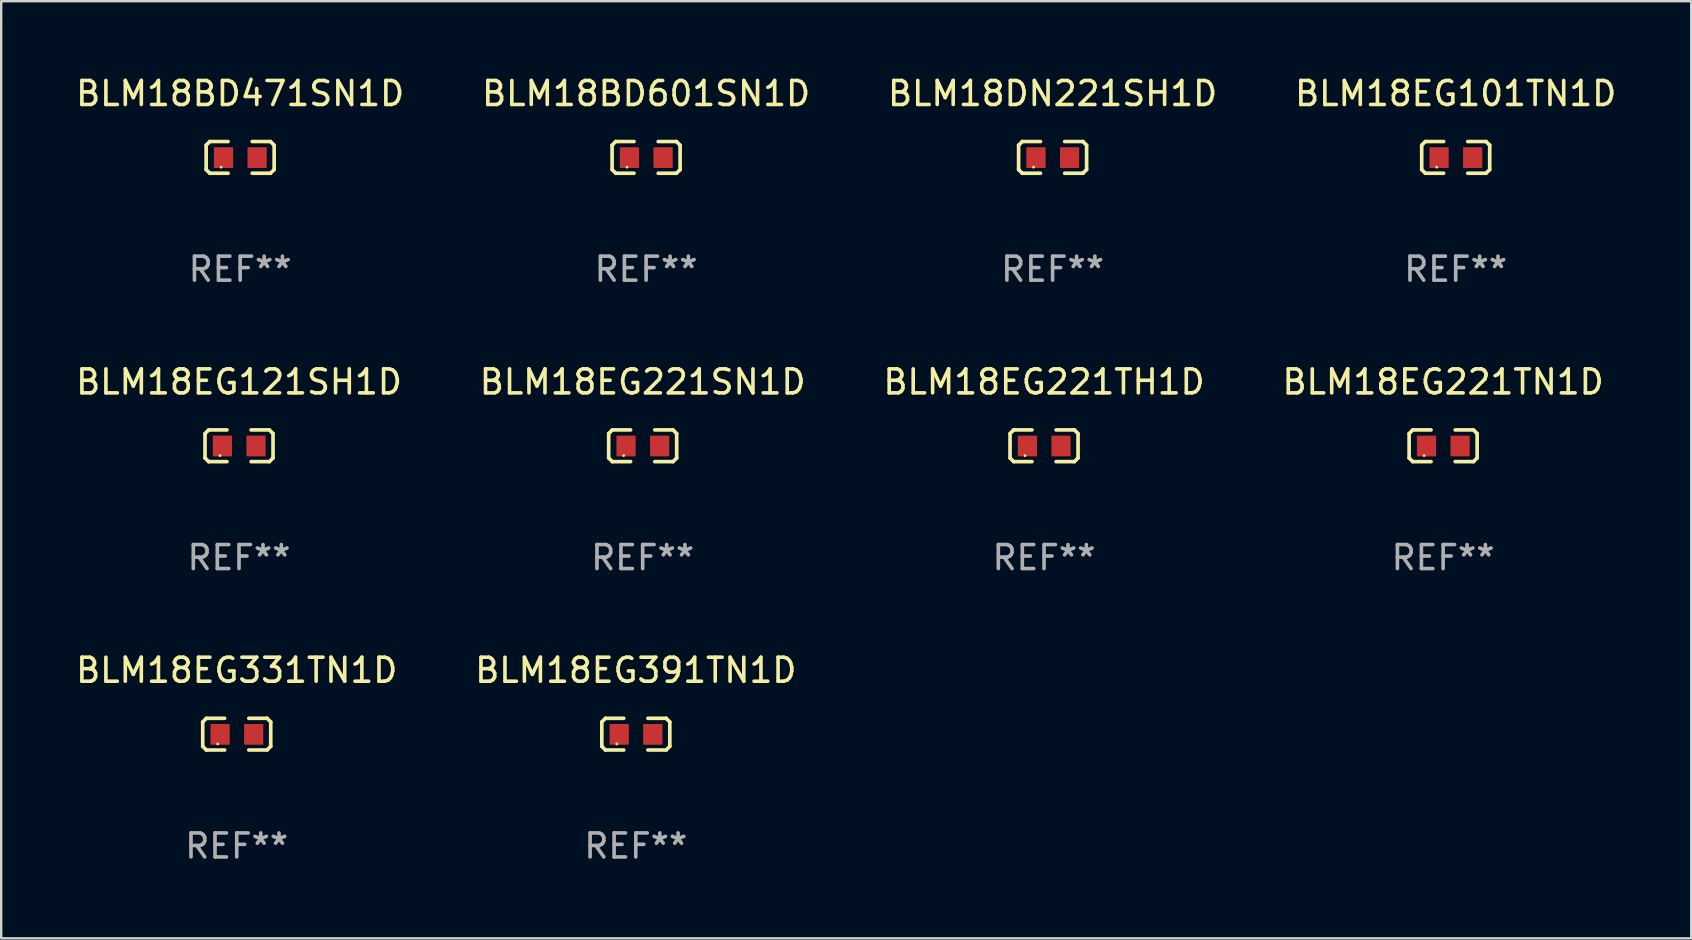
<source format=kicad_pcb>
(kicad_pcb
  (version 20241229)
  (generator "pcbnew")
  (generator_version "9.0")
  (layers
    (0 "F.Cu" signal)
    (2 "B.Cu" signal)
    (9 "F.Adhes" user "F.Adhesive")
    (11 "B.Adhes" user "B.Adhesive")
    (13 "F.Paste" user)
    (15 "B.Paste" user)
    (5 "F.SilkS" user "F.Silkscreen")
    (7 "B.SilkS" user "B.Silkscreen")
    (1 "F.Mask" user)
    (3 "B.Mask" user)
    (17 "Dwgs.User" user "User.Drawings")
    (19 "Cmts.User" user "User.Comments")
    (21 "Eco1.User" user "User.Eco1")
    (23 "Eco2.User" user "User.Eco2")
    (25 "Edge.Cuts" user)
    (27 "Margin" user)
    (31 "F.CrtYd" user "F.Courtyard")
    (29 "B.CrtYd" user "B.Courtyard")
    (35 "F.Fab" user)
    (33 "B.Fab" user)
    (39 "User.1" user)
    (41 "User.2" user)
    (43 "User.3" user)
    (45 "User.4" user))
  (footprint "BLM18BD471SN1D"
    (layer "F.Cu")
    (at 6.958 3.509)
    (property "Reference" "BLM18BD471SN1D" (at 0 -2.661 0) (layer "F.SilkS") (effects (font (size 1 1) (thickness 0.15))))
    (attr through_hole)
    (fp_line (start -1.417 -0.508) (end -1.265 -0.661) (stroke (width 0.152) (type solid)) (layer "F.SilkS"))
    (fp_line (start -1.417 0.508) (end -1.417 -0.508) (stroke (width 0.152) (type solid)) (layer "F.SilkS"))
    (fp_line (start -1.265 -0.661) (end -0.503 -0.661) (stroke (width 0.152) (type solid)) (layer "F.SilkS"))
    (fp_line (start -1.265 0.661) (end -1.417 0.508) (stroke (width 0.152) (type solid)) (layer "F.SilkS"))
    (fp_line (start -1.265 0.661) (end -0.503 0.661) (stroke (width 0.152) (type solid)) (layer "F.SilkS"))
    (fp_line (start 1.265 -0.661) (end 0.503 -0.661) (stroke (width 0.152) (type solid)) (layer "F.SilkS"))
    (fp_line (start 1.265 -0.661) (end 1.417 -0.508) (stroke (width 0.152) (type solid)) (layer "F.SilkS"))
    (fp_line (start 1.265 0.661) (end 0.503 0.661) (stroke (width 0.152) (type solid)) (layer "F.SilkS"))
    (fp_line (start 1.417 -0.508) (end 1.417 0.508) (stroke (width 0.152) (type solid)) (layer "F.SilkS"))
    (fp_line (start 1.417 0.508) (end 1.265 0.661) (stroke (width 0.152) (type solid)) (layer "F.SilkS"))
    (fp_circle (center -0.793 0.409) (end -0.763 0.409) (stroke (width 0.06) (type solid)) (fill no) (layer "F.SilkS"))
    (fp_text user "REF**" (at 0 4.661 0) (layer "F.Fab") (effects (font (size 1 1) (thickness 0.15))))
    (pad "1" smd rect (at -0.693 0.009 180) (size 0.8 0.864) (layers "F.Cu" "F.Mask" "F.Paste"))
    (pad "2" smd rect (at 0.707 0.009 180) (size 0.8 0.864) (layers "F.Cu" "F.Mask" "F.Paste")))
  (footprint "BLM18EG221TH1D"
    (layer "F.Cu")
    (at 40.458 15.527)
    (property "Reference" "BLM18EG221TH1D" (at 0 -2.661 0) (layer "F.SilkS") (effects (font (size 1 1) (thickness 0.15))))
    (attr through_hole)
    (fp_line (start -1.417 -0.508) (end -1.265 -0.661) (stroke (width 0.152) (type solid)) (layer "F.SilkS"))
    (fp_line (start -1.417 0.508) (end -1.417 -0.508) (stroke (width 0.152) (type solid)) (layer "F.SilkS"))
    (fp_line (start -1.265 -0.661) (end -0.503 -0.661) (stroke (width 0.152) (type solid)) (layer "F.SilkS"))
    (fp_line (start -1.265 0.661) (end -1.417 0.508) (stroke (width 0.152) (type solid)) (layer "F.SilkS"))
    (fp_line (start -1.265 0.661) (end -0.503 0.661) (stroke (width 0.152) (type solid)) (layer "F.SilkS"))
    (fp_line (start 1.265 -0.661) (end 0.503 -0.661) (stroke (width 0.152) (type solid)) (layer "F.SilkS"))
    (fp_line (start 1.265 -0.661) (end 1.417 -0.508) (stroke (width 0.152) (type solid)) (layer "F.SilkS"))
    (fp_line (start 1.265 0.661) (end 0.503 0.661) (stroke (width 0.152) (type solid)) (layer "F.SilkS"))
    (fp_line (start 1.417 -0.508) (end 1.417 0.508) (stroke (width 0.152) (type solid)) (layer "F.SilkS"))
    (fp_line (start 1.417 0.508) (end 1.265 0.661) (stroke (width 0.152) (type solid)) (layer "F.SilkS"))
    (fp_circle (center -0.793 0.409) (end -0.763 0.409) (stroke (width 0.06) (type solid)) (fill no) (layer "F.SilkS"))
    (fp_text user "REF**" (at 0 4.661 0) (layer "F.Fab") (effects (font (size 1 1) (thickness 0.15))))
    (pad "1" smd rect (at -0.693 0.009 180) (size 0.8 0.864) (layers "F.Cu" "F.Mask" "F.Paste"))
    (pad "2" smd rect (at 0.707 0.009 180) (size 0.8 0.864) (layers "F.Cu" "F.Mask" "F.Paste")))
  (footprint "BLM18EG221SN1D"
    (layer "F.Cu")
    (at 23.732 15.527)
    (property "Reference" "BLM18EG221SN1D" (at 0 -2.661 0) (layer "F.SilkS") (effects (font (size 1 1) (thickness 0.15))))
    (attr through_hole)
    (fp_line (start -1.417 -0.508) (end -1.265 -0.661) (stroke (width 0.152) (type solid)) (layer "F.SilkS"))
    (fp_line (start -1.417 0.508) (end -1.417 -0.508) (stroke (width 0.152) (type solid)) (layer "F.SilkS"))
    (fp_line (start -1.265 -0.661) (end -0.503 -0.661) (stroke (width 0.152) (type solid)) (layer "F.SilkS"))
    (fp_line (start -1.265 0.661) (end -1.417 0.508) (stroke (width 0.152) (type solid)) (layer "F.SilkS"))
    (fp_line (start -1.265 0.661) (end -0.503 0.661) (stroke (width 0.152) (type solid)) (layer "F.SilkS"))
    (fp_line (start 1.265 -0.661) (end 0.503 -0.661) (stroke (width 0.152) (type solid)) (layer "F.SilkS"))
    (fp_line (start 1.265 -0.661) (end 1.417 -0.508) (stroke (width 0.152) (type solid)) (layer "F.SilkS"))
    (fp_line (start 1.265 0.661) (end 0.503 0.661) (stroke (width 0.152) (type solid)) (layer "F.SilkS"))
    (fp_line (start 1.417 -0.508) (end 1.417 0.508) (stroke (width 0.152) (type solid)) (layer "F.SilkS"))
    (fp_line (start 1.417 0.508) (end 1.265 0.661) (stroke (width 0.152) (type solid)) (layer "F.SilkS"))
    (fp_circle (center -0.793 0.409) (end -0.763 0.409) (stroke (width 0.06) (type solid)) (fill no) (layer "F.SilkS"))
    (fp_text user "REF**" (at 0 4.661 0) (layer "F.Fab") (effects (font (size 1 1) (thickness 0.15))))
    (pad "1" smd rect (at -0.693 0.009 180) (size 0.8 0.864) (layers "F.Cu" "F.Mask" "F.Paste"))
    (pad "2" smd rect (at 0.707 0.009 180) (size 0.8 0.864) (layers "F.Cu" "F.Mask" "F.Paste")))
  (footprint "BLM18EG121SH1D"
    (layer "F.Cu")
    (at 6.911 15.527)
    (property "Reference" "BLM18EG121SH1D" (at 0 -2.661 0) (layer "F.SilkS") (effects (font (size 1 1) (thickness 0.15))))
    (attr through_hole)
    (fp_line (start -1.417 -0.508) (end -1.265 -0.661) (stroke (width 0.152) (type solid)) (layer "F.SilkS"))
    (fp_line (start -1.417 0.508) (end -1.417 -0.508) (stroke (width 0.152) (type solid)) (layer "F.SilkS"))
    (fp_line (start -1.265 -0.661) (end -0.503 -0.661) (stroke (width 0.152) (type solid)) (layer "F.SilkS"))
    (fp_line (start -1.265 0.661) (end -1.417 0.508) (stroke (width 0.152) (type solid)) (layer "F.SilkS"))
    (fp_line (start -1.265 0.661) (end -0.503 0.661) (stroke (width 0.152) (type solid)) (layer "F.SilkS"))
    (fp_line (start 1.265 -0.661) (end 0.503 -0.661) (stroke (width 0.152) (type solid)) (layer "F.SilkS"))
    (fp_line (start 1.265 -0.661) (end 1.417 -0.508) (stroke (width 0.152) (type solid)) (layer "F.SilkS"))
    (fp_line (start 1.265 0.661) (end 0.503 0.661) (stroke (width 0.152) (type solid)) (layer "F.SilkS"))
    (fp_line (start 1.417 -0.508) (end 1.417 0.508) (stroke (width 0.152) (type solid)) (layer "F.SilkS"))
    (fp_line (start 1.417 0.508) (end 1.265 0.661) (stroke (width 0.152) (type solid)) (layer "F.SilkS"))
    (fp_circle (center -0.793 0.409) (end -0.763 0.409) (stroke (width 0.06) (type solid)) (fill no) (layer "F.SilkS"))
    (fp_text user "REF**" (at 0 4.661 0) (layer "F.Fab") (effects (font (size 1 1) (thickness 0.15))))
    (pad "1" smd rect (at -0.693 0.009 180) (size 0.8 0.864) (layers "F.Cu" "F.Mask" "F.Paste"))
    (pad "2" smd rect (at 0.707 0.009 180) (size 0.8 0.864) (layers "F.Cu" "F.Mask" "F.Paste")))
  (footprint "BLM18EG391TN1D"
    (layer "F.Cu")
    (at 23.446 27.544)
    (property "Reference" "BLM18EG391TN1D" (at 0 -2.661 0) (layer "F.SilkS") (effects (font (size 1 1) (thickness 0.15))))
    (attr through_hole)
    (fp_line (start -1.417 -0.508) (end -1.265 -0.661) (stroke (width 0.152) (type solid)) (layer "F.SilkS"))
    (fp_line (start -1.417 0.508) (end -1.417 -0.508) (stroke (width 0.152) (type solid)) (layer "F.SilkS"))
    (fp_line (start -1.265 -0.661) (end -0.503 -0.661) (stroke (width 0.152) (type solid)) (layer "F.SilkS"))
    (fp_line (start -1.265 0.661) (end -1.417 0.508) (stroke (width 0.152) (type solid)) (layer "F.SilkS"))
    (fp_line (start -1.265 0.661) (end -0.503 0.661) (stroke (width 0.152) (type solid)) (layer "F.SilkS"))
    (fp_line (start 1.265 -0.661) (end 0.503 -0.661) (stroke (width 0.152) (type solid)) (layer "F.SilkS"))
    (fp_line (start 1.265 -0.661) (end 1.417 -0.508) (stroke (width 0.152) (type solid)) (layer "F.SilkS"))
    (fp_line (start 1.265 0.661) (end 0.503 0.661) (stroke (width 0.152) (type solid)) (layer "F.SilkS"))
    (fp_line (start 1.417 -0.508) (end 1.417 0.508) (stroke (width 0.152) (type solid)) (layer "F.SilkS"))
    (fp_line (start 1.417 0.508) (end 1.265 0.661) (stroke (width 0.152) (type solid)) (layer "F.SilkS"))
    (fp_circle (center -0.793 0.409) (end -0.763 0.409) (stroke (width 0.06) (type solid)) (fill no) (layer "F.SilkS"))
    (fp_text user "REF**" (at 0 4.661 0) (layer "F.Fab") (effects (font (size 1 1) (thickness 0.15))))
    (pad "1" smd rect (at -0.693 0.009 180) (size 0.8 0.864) (layers "F.Cu" "F.Mask" "F.Paste"))
    (pad "2" smd rect (at 0.707 0.009 180) (size 0.8 0.864) (layers "F.Cu" "F.Mask" "F.Paste")))
  (footprint "BLM18EG101TN1D"
    (layer "F.Cu")
    (at 57.613 3.509)
    (property "Reference" "BLM18EG101TN1D" (at 0 -2.661 0) (layer "F.SilkS") (effects (font (size 1 1) (thickness 0.15))))
    (attr through_hole)
    (fp_line (start -1.417 -0.508) (end -1.265 -0.661) (stroke (width 0.152) (type solid)) (layer "F.SilkS"))
    (fp_line (start -1.417 0.508) (end -1.417 -0.508) (stroke (width 0.152) (type solid)) (layer "F.SilkS"))
    (fp_line (start -1.265 -0.661) (end -0.503 -0.661) (stroke (width 0.152) (type solid)) (layer "F.SilkS"))
    (fp_line (start -1.265 0.661) (end -1.417 0.508) (stroke (width 0.152) (type solid)) (layer "F.SilkS"))
    (fp_line (start -1.265 0.661) (end -0.503 0.661) (stroke (width 0.152) (type solid)) (layer "F.SilkS"))
    (fp_line (start 1.265 -0.661) (end 0.503 -0.661) (stroke (width 0.152) (type solid)) (layer "F.SilkS"))
    (fp_line (start 1.265 -0.661) (end 1.417 -0.508) (stroke (width 0.152) (type solid)) (layer "F.SilkS"))
    (fp_line (start 1.265 0.661) (end 0.503 0.661) (stroke (width 0.152) (type solid)) (layer "F.SilkS"))
    (fp_line (start 1.417 -0.508) (end 1.417 0.508) (stroke (width 0.152) (type solid)) (layer "F.SilkS"))
    (fp_line (start 1.417 0.508) (end 1.265 0.661) (stroke (width 0.152) (type solid)) (layer "F.SilkS"))
    (fp_circle (center -0.793 0.409) (end -0.763 0.409) (stroke (width 0.06) (type solid)) (fill no) (layer "F.SilkS"))
    (fp_text user "REF**" (at 0 4.661 0) (layer "F.Fab") (effects (font (size 1 1) (thickness 0.15))))
    (pad "1" smd rect (at -0.693 0.009 180) (size 0.8 0.864) (layers "F.Cu" "F.Mask" "F.Paste"))
    (pad "2" smd rect (at 0.707 0.009 180) (size 0.8 0.864) (layers "F.Cu" "F.Mask" "F.Paste")))
  (footprint "BLM18BD601SN1D"
    (layer "F.Cu")
    (at 23.875 3.509)
    (property "Reference" "BLM18BD601SN1D" (at 0 -2.661 0) (layer "F.SilkS") (effects (font (size 1 1) (thickness 0.15))))
    (attr through_hole)
    (fp_line (start -1.417 -0.508) (end -1.265 -0.661) (stroke (width 0.152) (type solid)) (layer "F.SilkS"))
    (fp_line (start -1.417 0.508) (end -1.417 -0.508) (stroke (width 0.152) (type solid)) (layer "F.SilkS"))
    (fp_line (start -1.265 -0.661) (end -0.503 -0.661) (stroke (width 0.152) (type solid)) (layer "F.SilkS"))
    (fp_line (start -1.265 0.661) (end -1.417 0.508) (stroke (width 0.152) (type solid)) (layer "F.SilkS"))
    (fp_line (start -1.265 0.661) (end -0.503 0.661) (stroke (width 0.152) (type solid)) (layer "F.SilkS"))
    (fp_line (start 1.265 -0.661) (end 0.503 -0.661) (stroke (width 0.152) (type solid)) (layer "F.SilkS"))
    (fp_line (start 1.265 -0.661) (end 1.417 -0.508) (stroke (width 0.152) (type solid)) (layer "F.SilkS"))
    (fp_line (start 1.265 0.661) (end 0.503 0.661) (stroke (width 0.152) (type solid)) (layer "F.SilkS"))
    (fp_line (start 1.417 -0.508) (end 1.417 0.508) (stroke (width 0.152) (type solid)) (layer "F.SilkS"))
    (fp_line (start 1.417 0.508) (end 1.265 0.661) (stroke (width 0.152) (type solid)) (layer "F.SilkS"))
    (fp_circle (center -0.793 0.409) (end -0.763 0.409) (stroke (width 0.06) (type solid)) (fill no) (layer "F.SilkS"))
    (fp_text user "REF**" (at 0 4.661 0) (layer "F.Fab") (effects (font (size 1 1) (thickness 0.15))))
    (pad "1" smd rect (at -0.693 0.009 180) (size 0.8 0.864) (layers "F.Cu" "F.Mask" "F.Paste"))
    (pad "2" smd rect (at 0.707 0.009 180) (size 0.8 0.864) (layers "F.Cu" "F.Mask" "F.Paste")))
  (footprint "BLM18DN221SH1D"
    (layer "F.Cu")
    (at 40.815 3.509)
    (property "Reference" "BLM18DN221SH1D" (at 0 -2.661 0) (layer "F.SilkS") (effects (font (size 1 1) (thickness 0.15))))
    (attr through_hole)
    (fp_line (start -1.417 -0.508) (end -1.265 -0.661) (stroke (width 0.152) (type solid)) (layer "F.SilkS"))
    (fp_line (start -1.417 0.508) (end -1.417 -0.508) (stroke (width 0.152) (type solid)) (layer "F.SilkS"))
    (fp_line (start -1.265 -0.661) (end -0.503 -0.661) (stroke (width 0.152) (type solid)) (layer "F.SilkS"))
    (fp_line (start -1.265 0.661) (end -1.417 0.508) (stroke (width 0.152) (type solid)) (layer "F.SilkS"))
    (fp_line (start -1.265 0.661) (end -0.503 0.661) (stroke (width 0.152) (type solid)) (layer "F.SilkS"))
    (fp_line (start 1.265 -0.661) (end 0.503 -0.661) (stroke (width 0.152) (type solid)) (layer "F.SilkS"))
    (fp_line (start 1.265 -0.661) (end 1.417 -0.508) (stroke (width 0.152) (type solid)) (layer "F.SilkS"))
    (fp_line (start 1.265 0.661) (end 0.503 0.661) (stroke (width 0.152) (type solid)) (layer "F.SilkS"))
    (fp_line (start 1.417 -0.508) (end 1.417 0.508) (stroke (width 0.152) (type solid)) (layer "F.SilkS"))
    (fp_line (start 1.417 0.508) (end 1.265 0.661) (stroke (width 0.152) (type solid)) (layer "F.SilkS"))
    (fp_circle (center -0.793 0.409) (end -0.763 0.409) (stroke (width 0.06) (type solid)) (fill no) (layer "F.SilkS"))
    (fp_text user "REF**" (at 0 4.661 0) (layer "F.Fab") (effects (font (size 1 1) (thickness 0.15))))
    (pad "1" smd rect (at -0.693 0.009 180) (size 0.8 0.864) (layers "F.Cu" "F.Mask" "F.Paste"))
    (pad "2" smd rect (at 0.707 0.009 180) (size 0.8 0.864) (layers "F.Cu" "F.Mask" "F.Paste")))
  (footprint "BLM18EG221TN1D"
    (layer "F.Cu")
    (at 57.089 15.527)
    (property "Reference" "BLM18EG221TN1D" (at 0 -2.661 0) (layer "F.SilkS") (effects (font (size 1 1) (thickness 0.15))))
    (attr through_hole)
    (fp_line (start -1.417 -0.508) (end -1.265 -0.661) (stroke (width 0.152) (type solid)) (layer "F.SilkS"))
    (fp_line (start -1.417 0.508) (end -1.417 -0.508) (stroke (width 0.152) (type solid)) (layer "F.SilkS"))
    (fp_line (start -1.265 -0.661) (end -0.503 -0.661) (stroke (width 0.152) (type solid)) (layer "F.SilkS"))
    (fp_line (start -1.265 0.661) (end -1.417 0.508) (stroke (width 0.152) (type solid)) (layer "F.SilkS"))
    (fp_line (start -1.265 0.661) (end -0.503 0.661) (stroke (width 0.152) (type solid)) (layer "F.SilkS"))
    (fp_line (start 1.265 -0.661) (end 0.503 -0.661) (stroke (width 0.152) (type solid)) (layer "F.SilkS"))
    (fp_line (start 1.265 -0.661) (end 1.417 -0.508) (stroke (width 0.152) (type solid)) (layer "F.SilkS"))
    (fp_line (start 1.265 0.661) (end 0.503 0.661) (stroke (width 0.152) (type solid)) (layer "F.SilkS"))
    (fp_line (start 1.417 -0.508) (end 1.417 0.508) (stroke (width 0.152) (type solid)) (layer "F.SilkS"))
    (fp_line (start 1.417 0.508) (end 1.265 0.661) (stroke (width 0.152) (type solid)) (layer "F.SilkS"))
    (fp_circle (center -0.793 0.409) (end -0.763 0.409) (stroke (width 0.06) (type solid)) (fill no) (layer "F.SilkS"))
    (fp_text user "REF**" (at 0 4.661 0) (layer "F.Fab") (effects (font (size 1 1) (thickness 0.15))))
    (pad "1" smd rect (at -0.693 0.009 180) (size 0.8 0.864) (layers "F.Cu" "F.Mask" "F.Paste"))
    (pad "2" smd rect (at 0.707 0.009 180) (size 0.8 0.864) (layers "F.Cu" "F.Mask" "F.Paste")))
  (footprint "BLM18EG331TN1D"
    (layer "F.Cu")
    (at 6.815 27.544)
    (property "Reference" "BLM18EG331TN1D" (at 0 -2.661 0) (layer "F.SilkS") (effects (font (size 1 1) (thickness 0.15))))
    (attr through_hole)
    (fp_line (start -1.417 -0.508) (end -1.265 -0.661) (stroke (width 0.152) (type solid)) (layer "F.SilkS"))
    (fp_line (start -1.417 0.508) (end -1.417 -0.508) (stroke (width 0.152) (type solid)) (layer "F.SilkS"))
    (fp_line (start -1.265 -0.661) (end -0.503 -0.661) (stroke (width 0.152) (type solid)) (layer "F.SilkS"))
    (fp_line (start -1.265 0.661) (end -1.417 0.508) (stroke (width 0.152) (type solid)) (layer "F.SilkS"))
    (fp_line (start -1.265 0.661) (end -0.503 0.661) (stroke (width 0.152) (type solid)) (layer "F.SilkS"))
    (fp_line (start 1.265 -0.661) (end 0.503 -0.661) (stroke (width 0.152) (type solid)) (layer "F.SilkS"))
    (fp_line (start 1.265 -0.661) (end 1.417 -0.508) (stroke (width 0.152) (type solid)) (layer "F.SilkS"))
    (fp_line (start 1.265 0.661) (end 0.503 0.661) (stroke (width 0.152) (type solid)) (layer "F.SilkS"))
    (fp_line (start 1.417 -0.508) (end 1.417 0.508) (stroke (width 0.152) (type solid)) (layer "F.SilkS"))
    (fp_line (start 1.417 0.508) (end 1.265 0.661) (stroke (width 0.152) (type solid)) (layer "F.SilkS"))
    (fp_circle (center -0.793 0.409) (end -0.763 0.409) (stroke (width 0.06) (type solid)) (fill no) (layer "F.SilkS"))
    (fp_text user "REF**" (at 0 4.661 0) (layer "F.Fab") (effects (font (size 1 1) (thickness 0.15))))
    (pad "1" smd rect (at -0.693 0.009 180) (size 0.8 0.864) (layers "F.Cu" "F.Mask" "F.Paste"))
    (pad "2" smd rect (at 0.707 0.009 180) (size 0.8 0.864) (layers "F.Cu" "F.Mask" "F.Paste")))
  (gr_rect
    (start -3 -3)
    (end 67.429 36.053)
    (stroke (width 0.1) (type default))
    (fill no)
    (layer "Edge.Cuts")))
</source>
